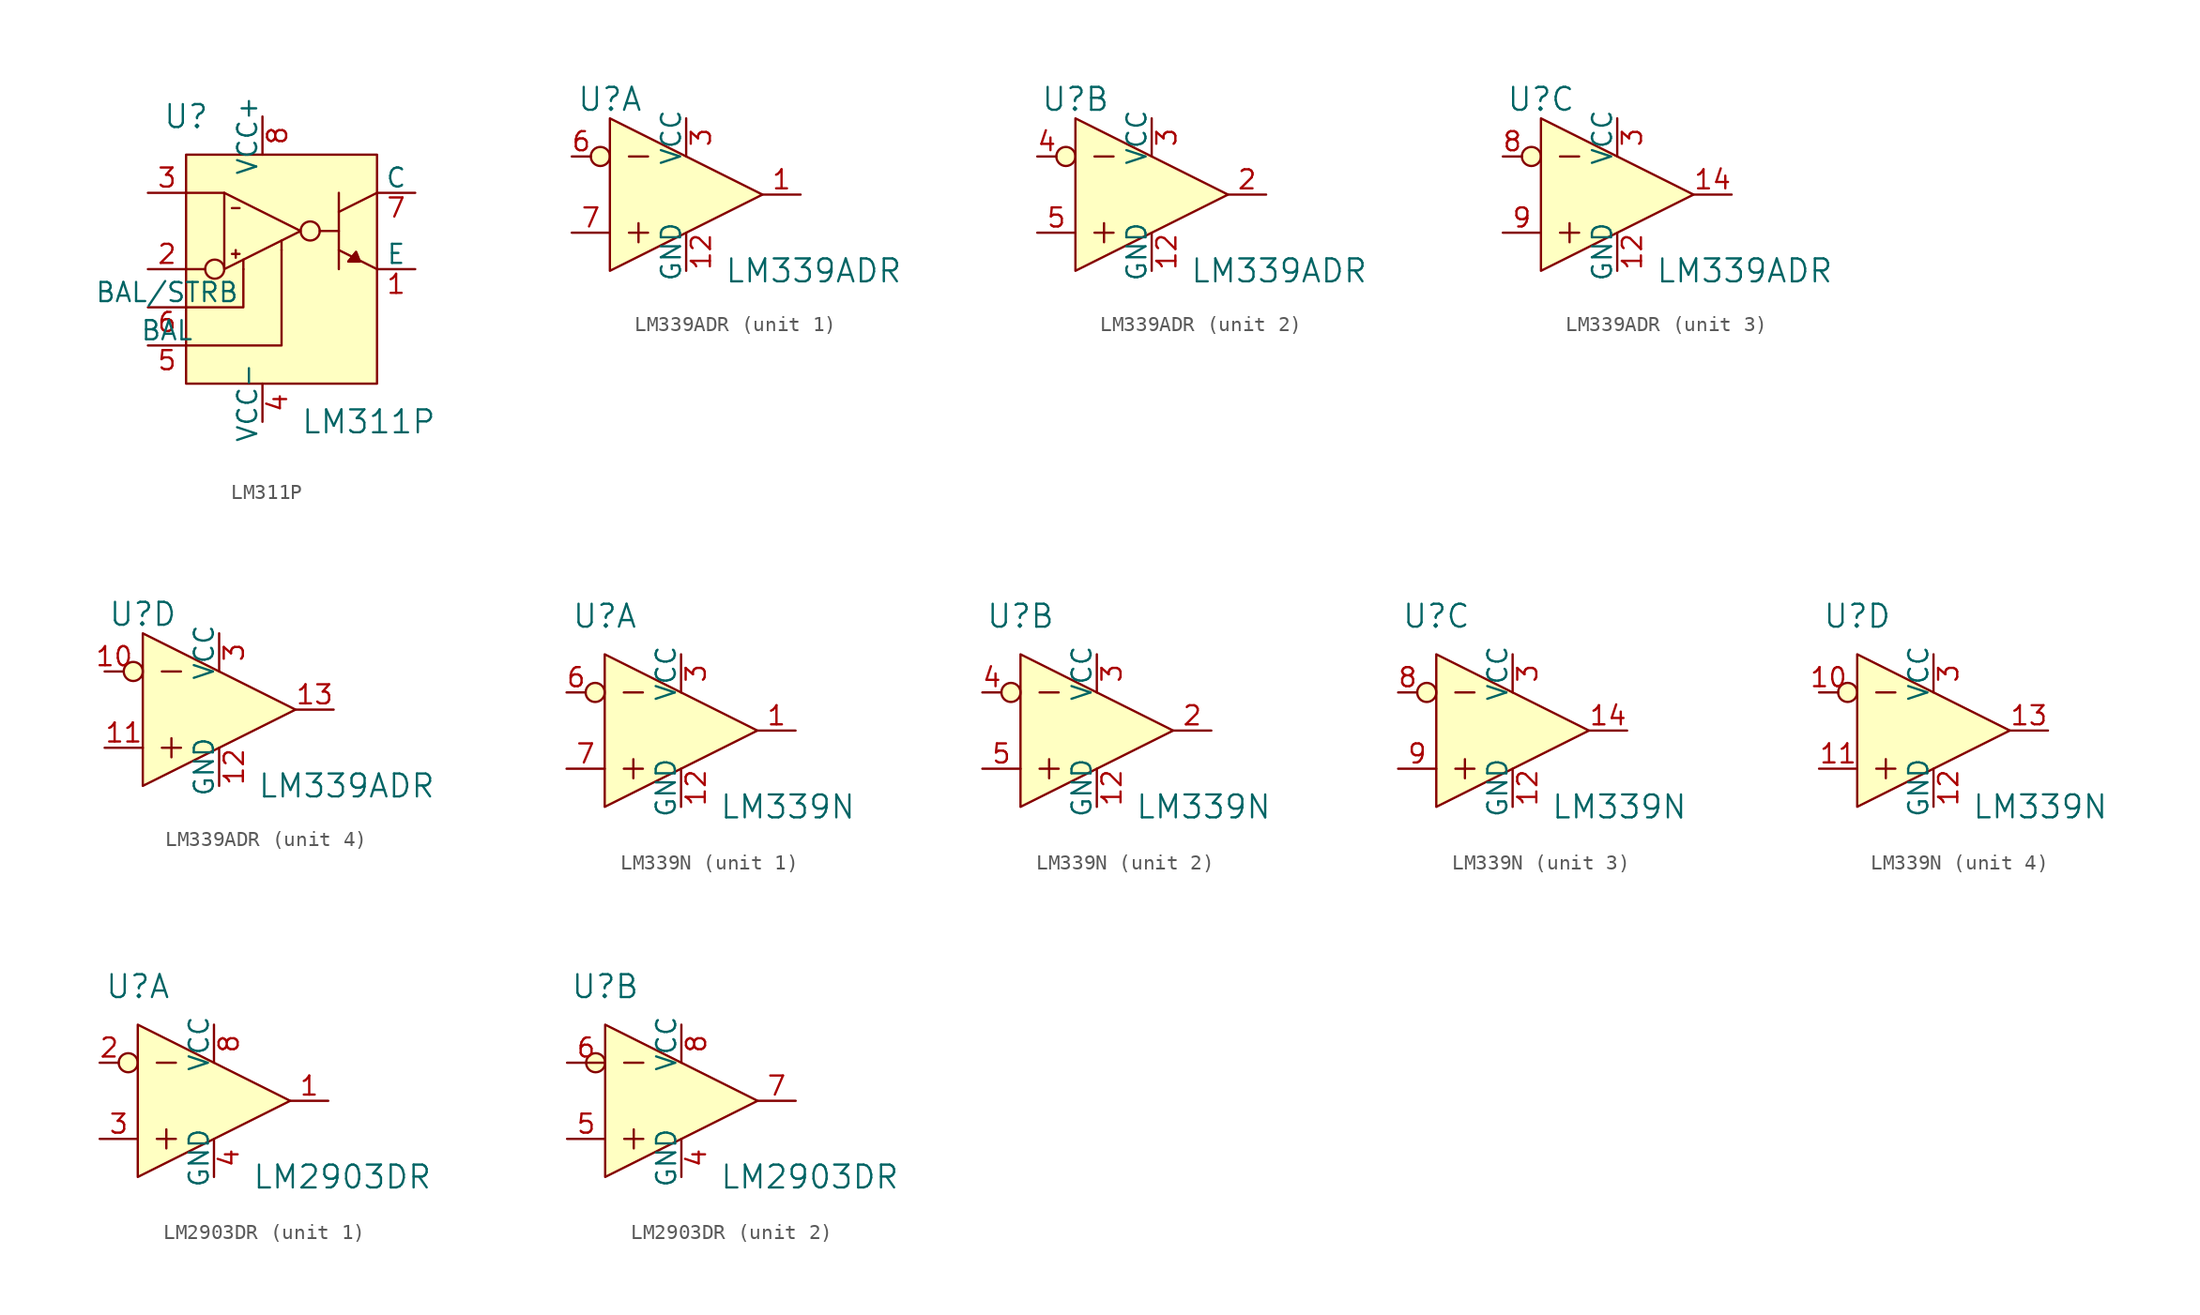
<source format=kicad_sym>
(kicad_symbol_lib
  (version 20211014)
  (generator kicad_symbol_editor)
  (symbol "LM311P"
    (pin_names
      (offset 0))
    (property "Reference" "U"
      (at -5.08 7.62 0)
      (effects (font (size 1.524 1.524))))
    (property "Value" "LM311P"
      (at 2.54 -12.7 0)
      (effects (font (size 1.524 1.524)) (justify left)))
    (symbol "LM311P_0_1"
      (rectangle (start -5.08 5.08) (end 7.62 -10.16) (stroke (width 0) (type default) (color 0 0 0 0)) (fill (type background)))
      (circle (center -3.175 -2.54) (radius 0.635) (stroke (width 0) (type default) (color 0 0 0 0)) (fill (type none)))
      (polyline (pts (xy -5.08 -2.54) (xy -3.81 -2.54)) (stroke (width 0) (type default) (color 0 0 0 0)) (fill (type none)))
      (polyline (pts (xy -2.54 2.54) (xy -5.08 2.54)) (stroke (width 0) (type default) (color 0 0 0 0)) (fill (type none)))
      (polyline (pts (xy -2.032 -1.524) (xy -1.524 -1.524)) (stroke (width 0) (type default) (color 0 0 0 0)) (fill (type none)))
      (polyline (pts (xy -2.032 1.524) (xy -1.524 1.524)) (stroke (width 0) (type default) (color 0 0 0 0)) (fill (type none)))
      (polyline (pts (xy -1.778 -1.27) (xy -1.778 -1.778)) (stroke (width 0) (type default) (color 0 0 0 0)) (fill (type none)))
      (polyline (pts (xy -1.27 -1.905) (xy -1.27 -2.54)) (stroke (width 0) (type default) (color 0 0 0 0)) (fill (type none)))
      (polyline (pts (xy 1.27 -0.635) (xy 1.27 -1.27)) (stroke (width 0) (type default) (color 0 0 0 0)) (fill (type none)))
      (polyline (pts (xy 5.08 0) (xy 3.81 0)) (stroke (width 0) (type default) (color 0 0 0 0)) (fill (type none)))
      (polyline (pts (xy 5.08 2.54) (xy 5.08 -2.54)) (stroke (width 0) (type default) (color 0 0 0 0)) (fill (type none)))
      (polyline (pts (xy 6.477 -2.032) (xy 5.715 -2.032)) (stroke (width 0) (type default) (color 0 0 0 0)) (fill (type none)))
      (polyline (pts (xy 7.62 -2.54) (xy 5.08 -1.27)) (stroke (width 0) (type default) (color 0 0 0 0)) (fill (type none)))
      (polyline (pts (xy 7.62 2.54) (xy 5.08 1.27)) (stroke (width 0) (type default) (color 0 0 0 0)) (fill (type none)))
      (polyline (pts (xy -5.08 -7.62) (xy 1.27 -7.62) (xy 1.27 -1.27)) (stroke (width 0) (type default) (color 0 0 0 0)) (fill (type none)))
      (polyline (pts (xy -5.08 -5.08) (xy -1.27 -5.08) (xy -1.27 -2.54)) (stroke (width 0) (type default) (color 0 0 0 0)) (fill (type none)))
      (polyline (pts (xy 6.477 -2.032) (xy 6.223 -1.397) (xy 5.715 -2.032)) (stroke (width 0) (type default) (color 0 0 0 0)) (fill (type none)))
      (polyline (pts (xy -2.54 2.54) (xy -2.54 -2.54) (xy 2.54 0) (xy -2.54 2.54)) (stroke (width 0) (type default) (color 0 0 0 0)) (fill (type none)))
      (polyline (pts (xy 6.477 -2.032) (xy 6.223 -1.397) (xy 5.715 -2.032) (xy 6.477 -2.032)) (stroke (width 0) (type default) (color 0 0 0 0)) (fill (type outline)))
      (circle (center 3.175 0) (radius 0.635) (stroke (width 0) (type default) (color 0 0 0 0)) (fill (type none))))
    (symbol "LM311P_1_1"
      (pin output line (at 10.16 -2.54 180) (length 2.54) (name "E" (effects (font (size 1.27 1.27)))) (number "1" (effects (font (size 1.27 1.27)))))
      (pin input line (at -7.62 -2.54 0) (length 2.54) (name "~" (effects (font (size 1.27 1.27)))) (number "2" (effects (font (size 1.27 1.27)))))
      (pin input line (at -7.62 2.54 0) (length 2.54) (name "~" (effects (font (size 1.27 1.27)))) (number "3" (effects (font (size 1.27 1.27)))))
      (pin power_in line (at 0 -12.7 90) (length 2.54) (name "VCC-" (effects (font (size 1.27 1.27)))) (number "4" (effects (font (size 1.27 1.27)))))
      (pin input line (at -7.62 -7.62 0) (length 2.54) (name "BAL" (effects (font (size 1.27 1.27)))) (number "5" (effects (font (size 1.27 1.27)))))
      (pin input line (at -7.62 -5.08 0) (length 2.54) (name "BAL/STRB" (effects (font (size 1.27 1.27)))) (number "6" (effects (font (size 1.27 1.27)))))
      (pin output line (at 10.16 2.54 180) (length 2.54) (name "C" (effects (font (size 1.27 1.27)))) (number "7" (effects (font (size 1.27 1.27)))))
      (pin power_in line (at 0 7.62 270) (length 2.54) (name "VCC+" (effects (font (size 1.27 1.27)))) (number "8" (effects (font (size 1.27 1.27)))))))
  (symbol "LM339ADR"
    (pin_names
      (offset 0))
    (property "Reference" "U"
      (at -5.08 6.35 0)
      (effects (font (size 1.524 1.524))))
    (property "Value" "LM339ADR"
      (at 2.54 -5.08 0)
      (effects (font (size 1.524 1.524)) (justify left)))
    (property "ki_locked" ""
      (at 0 0 0)
      (effects (font (size 1.27 1.27))))
    (symbol "LM339ADR_0_1"
      (circle (center -5.715 2.54) (radius 0.635) (stroke (width 0) (type default) (color 0 0 0 0)) (fill (type background)))
      (polyline (pts (xy -3.81 -2.54) (xy -2.54 -2.54)) (stroke (width 0) (type default) (color 0 0 0 0)) (fill (type none)))
      (polyline (pts (xy -3.81 2.54) (xy -2.54 2.54)) (stroke (width 0) (type default) (color 0 0 0 0)) (fill (type none)))
      (polyline (pts (xy -3.175 -1.905) (xy -3.175 -3.175)) (stroke (width 0) (type default) (color 0 0 0 0)) (fill (type none)))
      (polyline (pts (xy -5.08 5.08) (xy -5.08 -5.08) (xy 5.08 0) (xy -5.08 5.08)) (stroke (width 0) (type default) (color 0 0 0 0)) (fill (type background))))
    (symbol "LM339ADR_1_1"
      (pin output line (at 7.62 0 180) (length 2.54) (name "~" (effects (font (size 1.27 1.27)))) (number "1" (effects (font (size 1.27 1.27)))))
      (pin power_in line (at 0 -5.08 90) (length 2.54) (name "GND" (effects (font (size 1.27 1.27)))) (number "12" (effects (font (size 1.27 1.27)))))
      (pin power_in line (at 0 5.08 270) (length 2.54) (name "VCC" (effects (font (size 1.27 1.27)))) (number "3" (effects (font (size 1.27 1.27)))))
      (pin input line (at -7.62 2.54 0) (length 1.27) (name "~" (effects (font (size 1.27 1.27)))) (number "6" (effects (font (size 1.27 1.27)))))
      (pin input line (at -7.62 -2.54 0) (length 2.54) (name "~" (effects (font (size 1.27 1.27)))) (number "7" (effects (font (size 1.27 1.27))))))
    (symbol "LM339ADR_2_1"
      (pin power_in line (at 0 -5.08 90) (length 2.54) (name "GND" (effects (font (size 1.27 1.27)))) (number "12" (effects (font (size 1.27 1.27)))))
      (pin output line (at 7.62 0 180) (length 2.54) (name "~" (effects (font (size 1.27 1.27)))) (number "2" (effects (font (size 1.27 1.27)))))
      (pin power_in line (at 0 5.08 270) (length 2.54) (name "VCC" (effects (font (size 1.27 1.27)))) (number "3" (effects (font (size 1.27 1.27)))))
      (pin input line (at -7.62 2.54 0) (length 1.27) (name "~" (effects (font (size 1.27 1.27)))) (number "4" (effects (font (size 1.27 1.27)))))
      (pin input line (at -7.62 -2.54 0) (length 2.54) (name "~" (effects (font (size 1.27 1.27)))) (number "5" (effects (font (size 1.27 1.27))))))
    (symbol "LM339ADR_3_1"
      (pin power_in line (at 0 -5.08 90) (length 2.54) (name "GND" (effects (font (size 1.27 1.27)))) (number "12" (effects (font (size 1.27 1.27)))))
      (pin output line (at 7.62 0 180) (length 2.54) (name "~" (effects (font (size 1.27 1.27)))) (number "14" (effects (font (size 1.27 1.27)))))
      (pin power_in line (at 0 5.08 270) (length 2.54) (name "VCC" (effects (font (size 1.27 1.27)))) (number "3" (effects (font (size 1.27 1.27)))))
      (pin input line (at -7.62 2.54 0) (length 1.27) (name "~" (effects (font (size 1.27 1.27)))) (number "8" (effects (font (size 1.27 1.27)))))
      (pin input line (at -7.62 -2.54 0) (length 2.54) (name "~" (effects (font (size 1.27 1.27)))) (number "9" (effects (font (size 1.27 1.27))))))
    (symbol "LM339ADR_4_1"
      (pin input line (at -7.62 2.54 0) (length 1.27) (name "~" (effects (font (size 1.27 1.27)))) (number "10" (effects (font (size 1.27 1.27)))))
      (pin input line (at -7.62 -2.54 0) (length 2.54) (name "~" (effects (font (size 1.27 1.27)))) (number "11" (effects (font (size 1.27 1.27)))))
      (pin power_in line (at 0 -5.08 90) (length 2.54) (name "GND" (effects (font (size 1.27 1.27)))) (number "12" (effects (font (size 1.27 1.27)))))
      (pin output line (at 7.62 0 180) (length 2.54) (name "~" (effects (font (size 1.27 1.27)))) (number "13" (effects (font (size 1.27 1.27)))))
      (pin power_in line (at 0 5.08 270) (length 2.54) (name "VCC" (effects (font (size 1.27 1.27)))) (number "3" (effects (font (size 1.27 1.27)))))))
  (symbol "LM339N"
    (pin_names
      (offset 0))
    (property "Reference" "U"
      (at -5.08 7.62 0)
      (effects (font (size 1.524 1.524))))
    (property "Value" "LM339N"
      (at 2.54 -5.08 0)
      (effects (font (size 1.524 1.524)) (justify left)))
    (property "ki_locked" ""
      (at 0 0 0)
      (effects (font (size 1.27 1.27))))
    (symbol "LM339N_0_1"
      (circle (center -5.715 2.54) (radius 0.635) (stroke (width 0) (type default) (color 0 0 0 0)) (fill (type background)))
      (polyline (pts (xy -3.81 -2.54) (xy -2.54 -2.54)) (stroke (width 0) (type default) (color 0 0 0 0)) (fill (type none)))
      (polyline (pts (xy -3.81 2.54) (xy -2.54 2.54)) (stroke (width 0) (type default) (color 0 0 0 0)) (fill (type none)))
      (polyline (pts (xy -3.175 -1.905) (xy -3.175 -3.175)) (stroke (width 0) (type default) (color 0 0 0 0)) (fill (type none)))
      (polyline (pts (xy -5.08 5.08) (xy -5.08 -5.08) (xy 5.08 0) (xy -5.08 5.08)) (stroke (width 0) (type default) (color 0 0 0 0)) (fill (type background))))
    (symbol "LM339N_1_1"
      (pin output line (at 7.62 0 180) (length 2.54) (name "~" (effects (font (size 1.27 1.27)))) (number "1" (effects (font (size 1.27 1.27)))))
      (pin power_in line (at 0 -5.08 90) (length 2.54) (name "GND" (effects (font (size 1.27 1.27)))) (number "12" (effects (font (size 1.27 1.27)))))
      (pin power_in line (at 0 5.08 270) (length 2.54) (name "VCC" (effects (font (size 1.27 1.27)))) (number "3" (effects (font (size 1.27 1.27)))))
      (pin input line (at -7.62 2.54 0) (length 1.27) (name "~" (effects (font (size 1.27 1.27)))) (number "6" (effects (font (size 1.27 1.27)))))
      (pin input line (at -7.62 -2.54 0) (length 2.54) (name "~" (effects (font (size 1.27 1.27)))) (number "7" (effects (font (size 1.27 1.27))))))
    (symbol "LM339N_2_1"
      (pin power_in line (at 0 -5.08 90) (length 2.54) (name "GND" (effects (font (size 1.27 1.27)))) (number "12" (effects (font (size 1.27 1.27)))))
      (pin output line (at 7.62 0 180) (length 2.54) (name "~" (effects (font (size 1.27 1.27)))) (number "2" (effects (font (size 1.27 1.27)))))
      (pin power_in line (at 0 5.08 270) (length 2.54) (name "VCC" (effects (font (size 1.27 1.27)))) (number "3" (effects (font (size 1.27 1.27)))))
      (pin input line (at -7.62 2.54 0) (length 1.27) (name "~" (effects (font (size 1.27 1.27)))) (number "4" (effects (font (size 1.27 1.27)))))
      (pin input line (at -7.62 -2.54 0) (length 2.54) (name "~" (effects (font (size 1.27 1.27)))) (number "5" (effects (font (size 1.27 1.27))))))
    (symbol "LM339N_3_1"
      (pin power_in line (at 0 -5.08 90) (length 2.54) (name "GND" (effects (font (size 1.27 1.27)))) (number "12" (effects (font (size 1.27 1.27)))))
      (pin output line (at 7.62 0 180) (length 2.54) (name "~" (effects (font (size 1.27 1.27)))) (number "14" (effects (font (size 1.27 1.27)))))
      (pin power_in line (at 0 5.08 270) (length 2.54) (name "VCC" (effects (font (size 1.27 1.27)))) (number "3" (effects (font (size 1.27 1.27)))))
      (pin input line (at -7.62 2.54 0) (length 1.27) (name "~" (effects (font (size 1.27 1.27)))) (number "8" (effects (font (size 1.27 1.27)))))
      (pin input line (at -7.62 -2.54 0) (length 2.54) (name "~" (effects (font (size 1.27 1.27)))) (number "9" (effects (font (size 1.27 1.27))))))
    (symbol "LM339N_4_1"
      (pin input line (at -7.62 2.54 0) (length 1.27) (name "~" (effects (font (size 1.27 1.27)))) (number "10" (effects (font (size 1.27 1.27)))))
      (pin input line (at -7.62 -2.54 0) (length 2.54) (name "~" (effects (font (size 1.27 1.27)))) (number "11" (effects (font (size 1.27 1.27)))))
      (pin power_in line (at 0 -5.08 90) (length 2.54) (name "GND" (effects (font (size 1.27 1.27)))) (number "12" (effects (font (size 1.27 1.27)))))
      (pin output line (at 7.62 0 180) (length 2.54) (name "~" (effects (font (size 1.27 1.27)))) (number "13" (effects (font (size 1.27 1.27)))))
      (pin power_in line (at 0 5.08 270) (length 2.54) (name "VCC" (effects (font (size 1.27 1.27)))) (number "3" (effects (font (size 1.27 1.27)))))))
  (symbol "LM2903DR"
    (pin_names
      (offset 0))
    (property "Reference" "U"
      (at -5.08 7.62 0)
      (effects (font (size 1.524 1.524))))
    (property "Value" "LM2903DR"
      (at 2.54 -5.08 0)
      (effects (font (size 1.524 1.524)) (justify left)))
    (property "ki_locked" ""
      (at 0 0 0)
      (effects (font (size 1.27 1.27))))
    (symbol "LM2903DR_0_1"
      (circle (center -5.715 2.54) (radius 0.635) (stroke (width 0) (type default) (color 0 0 0 0)) (fill (type background)))
      (polyline (pts (xy -3.81 -2.54) (xy -2.54 -2.54)) (stroke (width 0) (type default) (color 0 0 0 0)) (fill (type none)))
      (polyline (pts (xy -3.81 2.54) (xy -2.54 2.54)) (stroke (width 0) (type default) (color 0 0 0 0)) (fill (type none)))
      (polyline (pts (xy -3.175 -1.905) (xy -3.175 -2.54) (xy -3.175 -3.175)) (stroke (width 0) (type default) (color 0 0 0 0)) (fill (type none)))
      (polyline (pts (xy -5.08 5.08) (xy -5.08 -5.08) (xy 5.08 0) (xy -5.08 5.08)) (stroke (width 0) (type default) (color 0 0 0 0)) (fill (type background))))
    (symbol "LM2903DR_1_1"
      (pin output line (at 7.62 0 180) (length 2.54) (name "~" (effects (font (size 1.27 1.27)))) (number "1" (effects (font (size 1.27 1.27)))))
      (pin input line (at -7.62 2.54 0) (length 1.27) (name "~" (effects (font (size 1.27 1.27)))) (number "2" (effects (font (size 1.27 1.27)))))
      (pin input line (at -7.62 -2.54 0) (length 2.54) (name "~" (effects (font (size 1.27 1.27)))) (number "3" (effects (font (size 1.27 1.27)))))
      (pin power_in line (at 0 -5.08 90) (length 2.54) (name "GND" (effects (font (size 1.27 1.27)))) (number "4" (effects (font (size 1.27 1.27)))))
      (pin power_in line (at 0 5.08 270) (length 2.54) (name "VCC" (effects (font (size 1.27 1.27)))) (number "8" (effects (font (size 1.27 1.27))))))
    (symbol "LM2903DR_2_1"
      (pin power_in line (at 0 -5.08 90) (length 2.54) (name "GND" (effects (font (size 1.27 1.27)))) (number "4" (effects (font (size 1.27 1.27)))))
      (pin input line (at -7.62 -2.54 0) (length 2.54) (name "~" (effects (font (size 1.27 1.27)))) (number "5" (effects (font (size 1.27 1.27)))))
      (pin input line (at -7.62 2.54 0) (length 2.54) (name "~" (effects (font (size 1.27 1.27)))) (number "6" (effects (font (size 1.27 1.27)))))
      (pin output line (at 7.62 0 180) (length 2.54) (name "~" (effects (font (size 1.27 1.27)))) (number "7" (effects (font (size 1.27 1.27)))))
      (pin power_in line (at 0 5.08 270) (length 2.54) (name "VCC" (effects (font (size 1.27 1.27)))) (number "8" (effects (font (size 1.27 1.27))))))))
</source>
